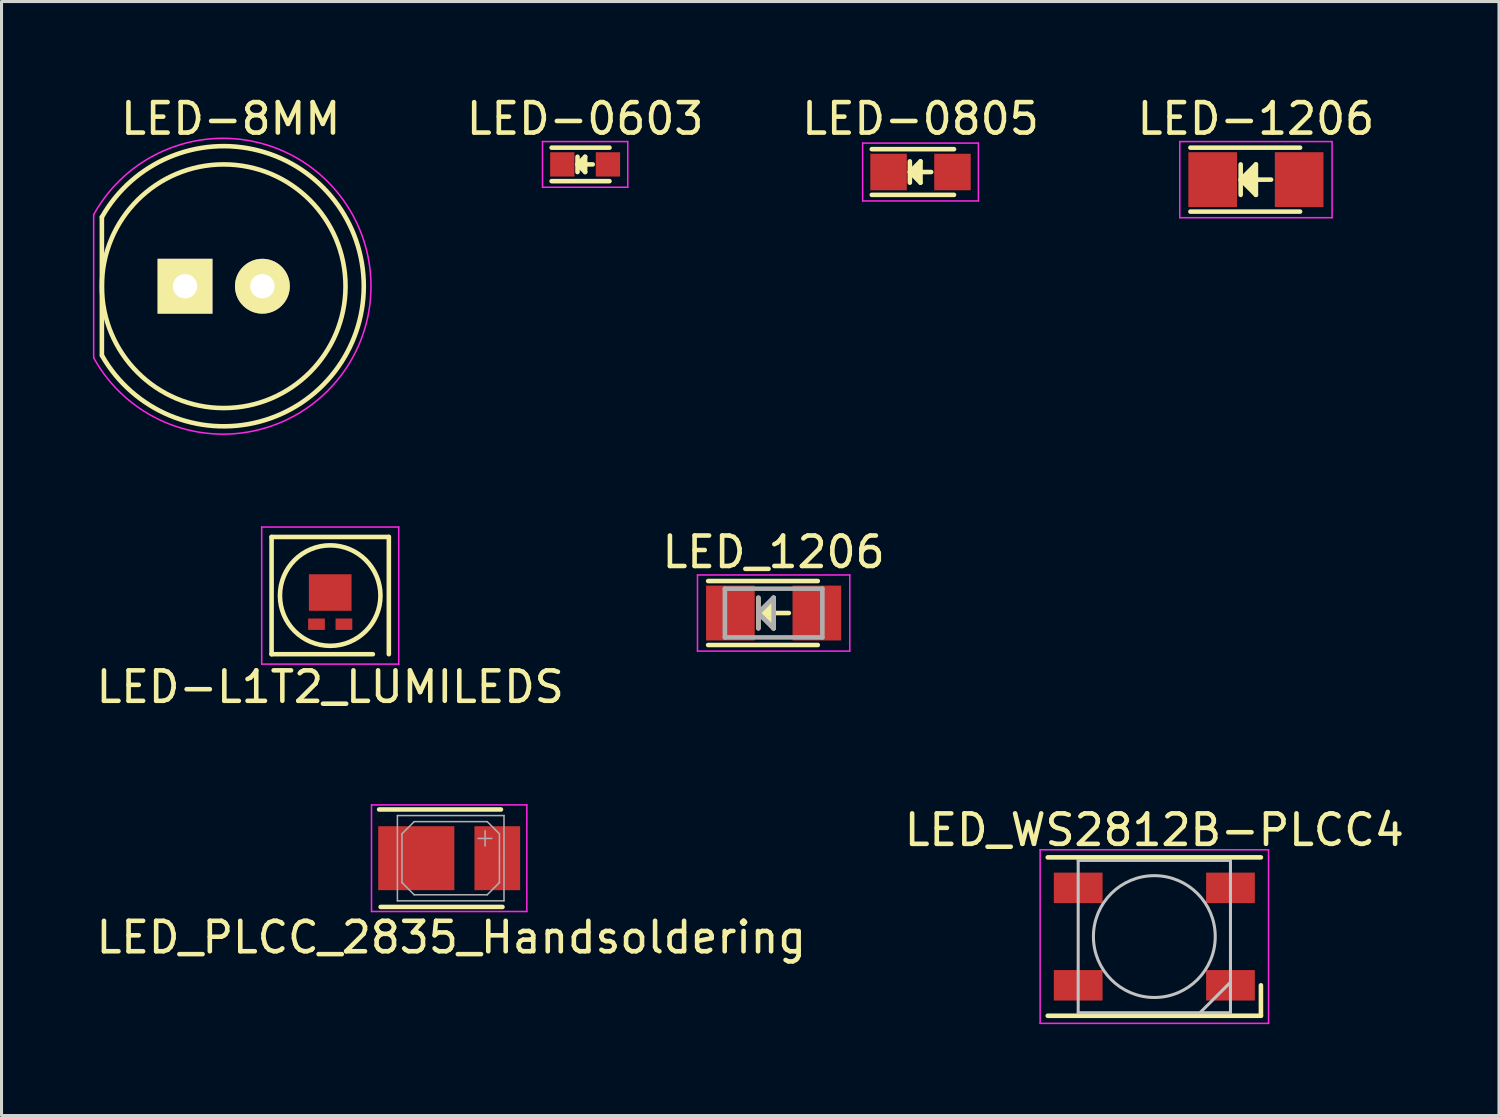
<source format=kicad_pcb>
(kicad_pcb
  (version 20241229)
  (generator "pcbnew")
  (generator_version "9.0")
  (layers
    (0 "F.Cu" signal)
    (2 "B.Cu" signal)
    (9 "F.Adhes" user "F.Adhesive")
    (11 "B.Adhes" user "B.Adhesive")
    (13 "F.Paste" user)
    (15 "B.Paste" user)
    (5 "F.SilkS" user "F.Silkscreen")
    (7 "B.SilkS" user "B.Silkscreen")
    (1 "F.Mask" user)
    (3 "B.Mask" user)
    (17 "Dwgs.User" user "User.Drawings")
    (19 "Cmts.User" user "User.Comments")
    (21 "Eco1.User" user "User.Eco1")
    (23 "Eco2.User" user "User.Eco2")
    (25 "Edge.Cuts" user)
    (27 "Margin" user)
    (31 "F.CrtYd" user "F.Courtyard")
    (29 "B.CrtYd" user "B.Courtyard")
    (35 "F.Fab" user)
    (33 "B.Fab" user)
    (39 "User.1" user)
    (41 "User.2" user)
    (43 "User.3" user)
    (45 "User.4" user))
  (footprint "LED-L1T2_LUMILEDS"
    (layer "F.Cu")
    (at 7.792 16.505)
    (property "Reference" "LED-L1T2_LUMILEDS" (at 0 3 0) (layer "F.SilkS") (effects (font (size 1 1) (thickness 0.15))))
    (attr smd)
    (fp_line (start -1.925 -1.925) (end 1.925 -1.925) (stroke (width 0.15) (type solid)) (layer "F.SilkS"))
    (fp_line (start -1.925 1.925) (end -1.925 -1.925) (stroke (width 0.15) (type solid)) (layer "F.SilkS"))
    (fp_line (start 1.4 1.925) (end -1.925 1.925) (stroke (width 0.15) (type solid)) (layer "F.SilkS"))
    (fp_line (start 1.925 -1.925) (end 1.925 1.925) (stroke (width 0.15) (type solid)) (layer "F.SilkS"))
    (fp_circle (center 0 0) (end 0 -1.65) (stroke (width 0.15) (type solid)) (fill no) (layer "F.SilkS"))
    (fp_line (start -2.25 -2.25) (end 2.25 -2.25) (stroke (width 0.05) (type solid)) (layer "F.CrtYd"))
    (fp_line (start -2.25 2.25) (end -2.25 -2.25) (stroke (width 0.05) (type solid)) (layer "F.CrtYd"))
    (fp_line (start 2.25 -2.25) (end 2.25 2.25) (stroke (width 0.05) (type solid)) (layer "F.CrtYd"))
    (fp_line (start 2.25 2.25) (end -2.25 2.25) (stroke (width 0.05) (type solid)) (layer "F.CrtYd"))
    (pad "1" smd rect (at 0.45 0.94) (size 0.55 0.375) (layers "F.Cu" "F.Mask" "F.Paste"))
    (pad "2" smd rect (at -0.45 0.94) (size 0.55 0.375) (layers "F.Cu" "F.Mask" "F.Paste"))
    (pad "3" smd rect (at 0 -0.1) (size 1.4 1.2) (layers "F.Cu" "F.Mask" "F.Paste")))
  (footprint "LED-0603"
    (layer "F.Cu")
    (at 16.162 2.348)
    (property "Reference" "LED-0603" (at 0 -1.5 0) (layer "F.SilkS") (effects (font (size 1 1) (thickness 0.15))))
    (attr smd)
    (fp_line (start -1.1 -0.55) (end 0.8 -0.55) (stroke (width 0.15) (type solid)) (layer "F.SilkS"))
    (fp_line (start -1.1 0.55) (end 0.8 0.55) (stroke (width 0.15) (type solid)) (layer "F.SilkS"))
    (fp_line (start -0.25 -0.25) (end -0.25 0.25) (stroke (width 0.15) (type solid)) (layer "F.SilkS"))
    (fp_line (start -0.25 0) (end 0 -0.25) (stroke (width 0.15) (type solid)) (layer "F.SilkS"))
    (fp_line (start -0.2 0) (end 0.25 0) (stroke (width 0.15) (type solid)) (layer "F.SilkS"))
    (fp_line (start 0 -0.25) (end 0 0.25) (stroke (width 0.15) (type solid)) (layer "F.SilkS"))
    (fp_line (start 0 0.25) (end -0.25 0) (stroke (width 0.15) (type solid)) (layer "F.SilkS"))
    (fp_line (start -1.4 -0.75) (end 1.4 -0.75) (stroke (width 0.05) (type solid)) (layer "F.CrtYd"))
    (fp_line (start -1.4 0.75) (end -1.4 -0.75) (stroke (width 0.05) (type solid)) (layer "F.CrtYd"))
    (fp_line (start 1.4 -0.75) (end 1.4 0.75) (stroke (width 0.05) (type solid)) (layer "F.CrtYd"))
    (fp_line (start 1.4 0.75) (end -1.4 0.75) (stroke (width 0.05) (type solid)) (layer "F.CrtYd"))
    (pad "1" smd rect (at -0.749 0 180) (size 0.798 0.798) (layers "F.Cu" "F.Mask" "F.Paste"))
    (pad "2" smd rect (at 0.749 0 180) (size 0.798 0.798) (layers "F.Cu" "F.Mask" "F.Paste")))
  (footprint "LED_1206"
    (layer "F.Cu")
    (at 22.351 17.078)
    (property "Reference" "LED_1206" (at 0 -2 0) (layer "F.SilkS") (effects (font (size 1 1) (thickness 0.15))))
    (attr smd)
    (fp_line (start -2.15 -1.05) (end 1.45 -1.05) (stroke (width 0.15) (type solid)) (layer "F.SilkS"))
    (fp_line (start -2.15 1.05) (end 1.45 1.05) (stroke (width 0.15) (type solid)) (layer "F.SilkS"))
    (fp_line (start -0.5 -0.5) (end -0.5 0.5) (stroke (width 0.15) (type solid)) (layer "F.SilkS"))
    (fp_line (start -0.5 0) (end 0 -0.5) (stroke (width 0.15) (type solid)) (layer "F.SilkS"))
    (fp_line (start -0.4 0) (end -0.2 -0.2) (stroke (width 0.15) (type solid)) (layer "F.SilkS"))
    (fp_line (start -0.2 -0.2) (end -0.2 0.05) (stroke (width 0.15) (type solid)) (layer "F.SilkS"))
    (fp_line (start -0.2 0.05) (end -0.25 0) (stroke (width 0.15) (type solid)) (layer "F.SilkS"))
    (fp_line (start -0.1 -0.3) (end -0.1 0.3) (stroke (width 0.15) (type solid)) (layer "F.SilkS"))
    (fp_line (start -0.1 0.3) (end -0.4 0) (stroke (width 0.15) (type solid)) (layer "F.SilkS"))
    (fp_line (start 0 -0.5) (end 0 0.5) (stroke (width 0.15) (type solid)) (layer "F.SilkS"))
    (fp_line (start 0 0) (end 0.5 0) (stroke (width 0.15) (type solid)) (layer "F.SilkS"))
    (fp_line (start 0 0.5) (end -0.5 0) (stroke (width 0.15) (type solid)) (layer "F.SilkS"))
    (fp_line (start -2.5 -1.25) (end -2.5 1.25) (stroke (width 0.05) (type solid)) (layer "F.CrtYd"))
    (fp_line (start -2.5 1.25) (end 2.5 1.25) (stroke (width 0.05) (type solid)) (layer "F.CrtYd"))
    (fp_line (start 2.5 -1.25) (end -2.5 -1.25) (stroke (width 0.05) (type solid)) (layer "F.CrtYd"))
    (fp_line (start 2.5 1.25) (end 2.5 -1.25) (stroke (width 0.05) (type solid)) (layer "F.CrtYd"))
    (fp_line (start -1.6 -0.8) (end 1.6 -0.8) (stroke (width 0.15) (type solid)) (layer "F.Fab"))
    (fp_line (start -1.6 0.8) (end -1.6 -0.8) (stroke (width 0.15) (type solid)) (layer "F.Fab"))
    (fp_line (start -0.5 -0.5) (end -0.5 0.5) (stroke (width 0.15) (type solid)) (layer "F.Fab"))
    (fp_line (start -0.5 0) (end 0 -0.5) (stroke (width 0.15) (type solid)) (layer "F.Fab"))
    (fp_line (start 0 -0.5) (end 0 0.5) (stroke (width 0.15) (type solid)) (layer "F.Fab"))
    (fp_line (start 0 0.5) (end -0.5 0) (stroke (width 0.15) (type solid)) (layer "F.Fab"))
    (fp_line (start 1.6 -0.8) (end 1.6 0.8) (stroke (width 0.15) (type solid)) (layer "F.Fab"))
    (fp_line (start 1.6 0.8) (end -1.6 0.8) (stroke (width 0.15) (type solid)) (layer "F.Fab"))
    (pad "1" smd rect (at -1.42 0 180) (size 1.598 1.801) (layers "F.Cu" "F.Mask" "F.Paste"))
    (pad "2" smd rect (at 1.42 0 180) (size 1.598 1.801) (layers "F.Cu" "F.Mask" "F.Paste")))
  (footprint "LED-1206"
    (layer "F.Cu")
    (at 38.186 2.848)
    (property "Reference" "LED-1206" (at 0 -2 0) (layer "F.SilkS") (effects (font (size 1 1) (thickness 0.15))))
    (attr smd)
    (fp_line (start -2.15 -1.05) (end 1.45 -1.05) (stroke (width 0.15) (type solid)) (layer "F.SilkS"))
    (fp_line (start -2.15 1.05) (end 1.45 1.05) (stroke (width 0.15) (type solid)) (layer "F.SilkS"))
    (fp_line (start -0.5 -0.5) (end -0.5 0.5) (stroke (width 0.15) (type solid)) (layer "F.SilkS"))
    (fp_line (start -0.5 0) (end 0 -0.5) (stroke (width 0.15) (type solid)) (layer "F.SilkS"))
    (fp_line (start -0.4 0) (end -0.2 -0.2) (stroke (width 0.15) (type solid)) (layer "F.SilkS"))
    (fp_line (start -0.2 -0.2) (end -0.2 0.05) (stroke (width 0.15) (type solid)) (layer "F.SilkS"))
    (fp_line (start -0.2 0.05) (end -0.25 0) (stroke (width 0.15) (type solid)) (layer "F.SilkS"))
    (fp_line (start -0.1 -0.3) (end -0.1 0.3) (stroke (width 0.15) (type solid)) (layer "F.SilkS"))
    (fp_line (start -0.1 0.3) (end -0.4 0) (stroke (width 0.15) (type solid)) (layer "F.SilkS"))
    (fp_line (start 0 -0.5) (end 0 0.5) (stroke (width 0.15) (type solid)) (layer "F.SilkS"))
    (fp_line (start 0 0) (end 0.5 0) (stroke (width 0.15) (type solid)) (layer "F.SilkS"))
    (fp_line (start 0 0.5) (end -0.5 0) (stroke (width 0.15) (type solid)) (layer "F.SilkS"))
    (fp_line (start -2.5 -1.25) (end -2.5 1.25) (stroke (width 0.05) (type solid)) (layer "F.CrtYd"))
    (fp_line (start -2.5 1.25) (end 2.5 1.25) (stroke (width 0.05) (type solid)) (layer "F.CrtYd"))
    (fp_line (start 2.5 -1.25) (end -2.5 -1.25) (stroke (width 0.05) (type solid)) (layer "F.CrtYd"))
    (fp_line (start 2.5 1.25) (end 2.5 -1.25) (stroke (width 0.05) (type solid)) (layer "F.CrtYd"))
    (pad "1" smd rect (at -1.42 0 180) (size 1.598 1.801) (layers "F.Cu" "F.Mask" "F.Paste"))
    (pad "2" smd rect (at 1.42 0 180) (size 1.598 1.801) (layers "F.Cu" "F.Mask" "F.Paste")))
  (footprint "LED_WS2812B-PLCC4"
    (layer "F.Cu")
    (at 34.851 27.701)
    (property "Reference" "LED_WS2812B-PLCC4" (at 0 -3.5 0) (layer "F.SilkS") (effects (font (size 1 1) (thickness 0.15))))
    (attr smd)
    (fp_line (start -3.5 -2.6) (end 3.5 -2.6) (stroke (width 0.15) (type solid)) (layer "F.SilkS"))
    (fp_line (start -3.5 2.6) (end 3.5 2.6) (stroke (width 0.15) (type solid)) (layer "F.SilkS"))
    (fp_line (start 3.5 2.6) (end 3.5 1.6) (stroke (width 0.15) (type solid)) (layer "F.SilkS"))
    (fp_line (start -2.5 -2.5) (end -2.5 2.5) (stroke (width 0.1) (type solid)) (layer "Dwgs.User"))
    (fp_line (start -2.5 2.5) (end 2.5 2.5) (stroke (width 0.1) (type solid)) (layer "Dwgs.User"))
    (fp_line (start 2.5 -2.5) (end -2.5 -2.5) (stroke (width 0.1) (type solid)) (layer "Dwgs.User"))
    (fp_line (start 2.5 1.5) (end 1.5 2.5) (stroke (width 0.1) (type solid)) (layer "Dwgs.User"))
    (fp_line (start 2.5 2.5) (end 2.5 -2.5) (stroke (width 0.1) (type solid)) (layer "Dwgs.User"))
    (fp_circle (center 0 0) (end 0 -2) (stroke (width 0.1) (type solid)) (fill no) (layer "Dwgs.User"))
    (fp_line (start -3.75 -2.85) (end -3.75 2.85) (stroke (width 0.05) (type solid)) (layer "F.CrtYd"))
    (fp_line (start -3.75 2.85) (end 3.75 2.85) (stroke (width 0.05) (type solid)) (layer "F.CrtYd"))
    (fp_line (start 3.75 -2.85) (end -3.75 -2.85) (stroke (width 0.05) (type solid)) (layer "F.CrtYd"))
    (fp_line (start 3.75 2.85) (end 3.75 -2.85) (stroke (width 0.05) (type solid)) (layer "F.CrtYd"))
    (pad "1" smd rect (at -2.5 -1.6) (size 1.6 1) (layers "F.Cu" "F.Mask" "F.Paste"))
    (pad "2" smd rect (at -2.5 1.6) (size 1.6 1) (layers "F.Cu" "F.Mask" "F.Paste"))
    (pad "3" smd rect (at 2.5 1.6) (size 1.6 1) (layers "F.Cu" "F.Mask" "F.Paste"))
    (pad "4" smd rect (at 2.5 -1.6) (size 1.6 1) (layers "F.Cu" "F.Mask" "F.Paste")))
  (footprint "LED_PLCC_2835_Handsoldering"
    (layer "F.Cu")
    (at 11.748 25.128)
    (property "Reference" "LED_PLCC_2835_Handsoldering" (at 0.02 2.6 0) (layer "F.SilkS") (effects (font (size 1 1) (thickness 0.15))))
    (attr smd)
    (fp_line (start 1.65 -1.6) (end -2.35 -1.6) (stroke (width 0.15) (type solid)) (layer "F.SilkS"))
    (fp_line (start 1.7 1.6) (end -2.3 1.6) (stroke (width 0.15) (type solid)) (layer "F.SilkS"))
    (fp_line (start -2.6 -1.75) (end 2.5 -1.75) (stroke (width 0.05) (type solid)) (layer "F.CrtYd"))
    (fp_line (start -2.6 1.75) (end -2.6 -1.75) (stroke (width 0.05) (type solid)) (layer "F.CrtYd"))
    (fp_line (start 2.5 -1.75) (end 2.5 1.75) (stroke (width 0.05) (type solid)) (layer "F.CrtYd"))
    (fp_line (start 2.5 1.75) (end -2.6 1.75) (stroke (width 0.05) (type solid)) (layer "F.CrtYd"))
    (fp_line (start -1.75 -1.4) (end 1.75 -1.4) (stroke (width 0.05) (type solid)) (layer "F.Fab"))
    (fp_line (start -1.75 1.4) (end -1.75 -1.4) (stroke (width 0.05) (type solid)) (layer "F.Fab"))
    (fp_line (start -1.6 -0.8) (end -1.2 -1.2) (stroke (width 0.05) (type solid)) (layer "F.Fab"))
    (fp_line (start -1.6 0.8) (end -1.6 -0.8) (stroke (width 0.05) (type solid)) (layer "F.Fab"))
    (fp_line (start -1.2 -1.2) (end 1.2 -1.2) (stroke (width 0.05) (type solid)) (layer "F.Fab"))
    (fp_line (start -1.2 1.2) (end -1.6 0.8) (stroke (width 0.05) (type solid)) (layer "F.Fab"))
    (fp_line (start 1.13 -0.4) (end 1.13 -0.9) (stroke (width 0.05) (type solid)) (layer "F.Fab"))
    (fp_line (start 1.2 -1.2) (end 1.6 -0.8) (stroke (width 0.05) (type solid)) (layer "F.Fab"))
    (fp_line (start 1.2 1.2) (end -1.2 1.2) (stroke (width 0.05) (type solid)) (layer "F.Fab"))
    (fp_line (start 1.35 -0.65) (end 0.9 -0.65) (stroke (width 0.05) (type solid)) (layer "F.Fab"))
    (fp_line (start 1.6 -0.8) (end 1.6 -0.00015) (stroke (width 0.05) (type solid)) (layer "F.Fab"))
    (fp_line (start 1.6 -0.00015) (end 1.6 0.8) (stroke (width 0.05) (type solid)) (layer "F.Fab"))
    (fp_line (start 1.6 0.8) (end 1.2 1.2) (stroke (width 0.05) (type solid)) (layer "F.Fab"))
    (fp_line (start 1.75 -1.4) (end 1.75 1.4) (stroke (width 0.05) (type solid)) (layer "F.Fab"))
    (fp_line (start 1.75 1.4) (end -1.75 1.4) (stroke (width 0.05) (type solid)) (layer "F.Fab"))
    (pad "1" smd rect (at -1.13 -0.00015 180) (size 2.5 2.1) (layers "F.Cu" "F.Mask" "F.Paste"))
    (pad "2" smd rect (at 1.53 -0.00015 180) (size 1.5 2.1) (layers "F.Cu" "F.Mask" "F.Paste")))
  (footprint "LED-8MM"
    (layer "F.Cu")
    (at 3.025 6.348)
    (property "Reference" "LED-8MM" (at 1.5 -5.5 0) (layer "F.SilkS") (effects (font (size 1 1) (thickness 0.15))))
    (attr through_hole)
    (fp_line (start -2.73 -2.27) (end -2.73 2.27) (stroke (width 0.15) (type solid)) (layer "F.SilkS"))
    (fp_arc (start -2.73 -2.27) (mid 5.869224 -0.006028) (end -2.724036 2.280477) (stroke (width 0.15) (type solid)) (layer "F.SilkS"))
    (fp_circle (center 1.27 0) (end 1.27 4) (stroke (width 0.15) (type solid)) (fill no) (layer "F.SilkS"))
    (fp_line (start -3 -2.35) (end -3 2.35) (stroke (width 0.05) (type solid)) (layer "F.CrtYd"))
    (fp_arc (start -3 -2.35) (mid 6.106436 -0.005084) (end -2.99507 2.358894) (stroke (width 0.05) (type solid)) (layer "F.CrtYd"))
    (pad "1" thru_hole rect (at 0 0 180) (size 1.8 1.8) (drill 0.8) (layers "*.Cu" "*.Mask" "F.SilkS"))
    (pad "2" thru_hole circle (at 2.54 0 180) (size 1.8 1.8) (drill 0.8) (layers "*.Cu" "*.Mask" "F.SilkS")))
  (footprint "LED-0805"
    (layer "F.Cu")
    (at 27.174 2.598)
    (property "Reference" "LED-0805" (at 0 -1.75 0) (layer "F.SilkS") (effects (font (size 1 1) (thickness 0.15))))
    (attr smd)
    (fp_line (start -1.6 -0.75) (end 1.1 -0.75) (stroke (width 0.15) (type solid)) (layer "F.SilkS"))
    (fp_line (start -1.6 0.75) (end 1.1 0.75) (stroke (width 0.15) (type solid)) (layer "F.SilkS"))
    (fp_line (start -0.35 -0.35) (end -0.35 0.35) (stroke (width 0.15) (type solid)) (layer "F.SilkS"))
    (fp_line (start -0.35 0) (end 0 -0.35) (stroke (width 0.15) (type solid)) (layer "F.SilkS"))
    (fp_line (start -0.1 -0.1) (end -0.25 0.05) (stroke (width 0.15) (type solid)) (layer "F.SilkS"))
    (fp_line (start -0.1 0.15) (end -0.1 -0.1) (stroke (width 0.15) (type solid)) (layer "F.SilkS"))
    (fp_line (start 0 -0.35) (end 0 0.35) (stroke (width 0.15) (type solid)) (layer "F.SilkS"))
    (fp_line (start 0 0) (end 0.35 0) (stroke (width 0.15) (type solid)) (layer "F.SilkS"))
    (fp_line (start 0 0.35) (end -0.35 0) (stroke (width 0.15) (type solid)) (layer "F.SilkS"))
    (fp_line (start -1.9 -0.95) (end 1.9 -0.95) (stroke (width 0.05) (type solid)) (layer "F.CrtYd"))
    (fp_line (start -1.9 0.95) (end -1.9 -0.95) (stroke (width 0.05) (type solid)) (layer "F.CrtYd"))
    (fp_line (start 1.9 -0.95) (end 1.9 0.95) (stroke (width 0.05) (type solid)) (layer "F.CrtYd"))
    (fp_line (start 1.9 0.95) (end -1.9 0.95) (stroke (width 0.05) (type solid)) (layer "F.CrtYd"))
    (pad "1" smd rect (at -1.049 0 180) (size 1.199 1.199) (layers "F.Cu" "F.Mask" "F.Paste"))
    (pad "2" smd rect (at 1.049 0 180) (size 1.199 1.199) (layers "F.Cu" "F.Mask" "F.Paste")))
  (gr_rect
    (start -3 -3)
    (end 46.167 33.576)
    (stroke (width 0.1) (type default))
    (fill no)
    (layer "Edge.Cuts")))
</source>
